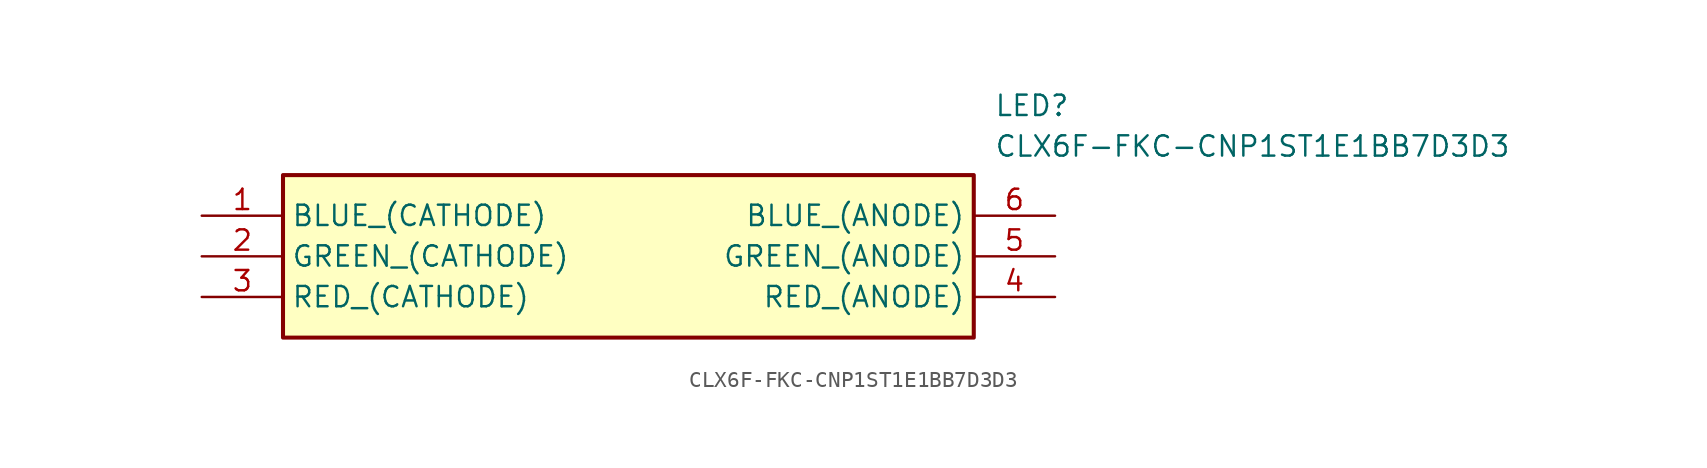
<source format=kicad_sym>
(kicad_symbol_lib
  (version 20211014)
  (generator SamacSys_ECAD_Model)
  (symbol "CLX6F-FKC-CNP1ST1E1BB7D3D3"
    (property "Reference" "LED"
      (at 49.53 7.62 0)
      (effects (font (size 1.27 1.27)) (justify left top)))
    (property "Value" "CLX6F-FKC-CNP1ST1E1BB7D3D3"
      (at 49.53 5.08 0)
      (effects (font (size 1.27 1.27)) (justify left top)))
    (rectangle
      (start 5.08 2.54)
      (end 48.26 -7.62)
      (stroke (width 0.254) (type default))
      (fill (type background)))
    (pin passive line
      (at 0 0 0)
      (length 5.08)
      (name "BLUE_(CATHODE)" (effects (font (size 1.27 1.27))))
      (number "1" (effects (font (size 1.27 1.27)))))
    (pin passive line
      (at 0 -2.54 0)
      (length 5.08)
      (name "GREEN_(CATHODE)" (effects (font (size 1.27 1.27))))
      (number "2" (effects (font (size 1.27 1.27)))))
    (pin passive line
      (at 0 -5.08 0)
      (length 5.08)
      (name "RED_(CATHODE)" (effects (font (size 1.27 1.27))))
      (number "3" (effects (font (size 1.27 1.27)))))
    (pin passive line
      (at 53.34 -5.08 180)
      (length 5.08)
      (name "RED_(ANODE)" (effects (font (size 1.27 1.27))))
      (number "4" (effects (font (size 1.27 1.27)))))
    (pin passive line
      (at 53.34 -2.54 180)
      (length 5.08)
      (name "GREEN_(ANODE)" (effects (font (size 1.27 1.27))))
      (number "5" (effects (font (size 1.27 1.27)))))
    (pin passive line
      (at 53.34 0 180)
      (length 5.08)
      (name "BLUE_(ANODE)" (effects (font (size 1.27 1.27))))
      (number "6" (effects (font (size 1.27 1.27)))))))
</source>
